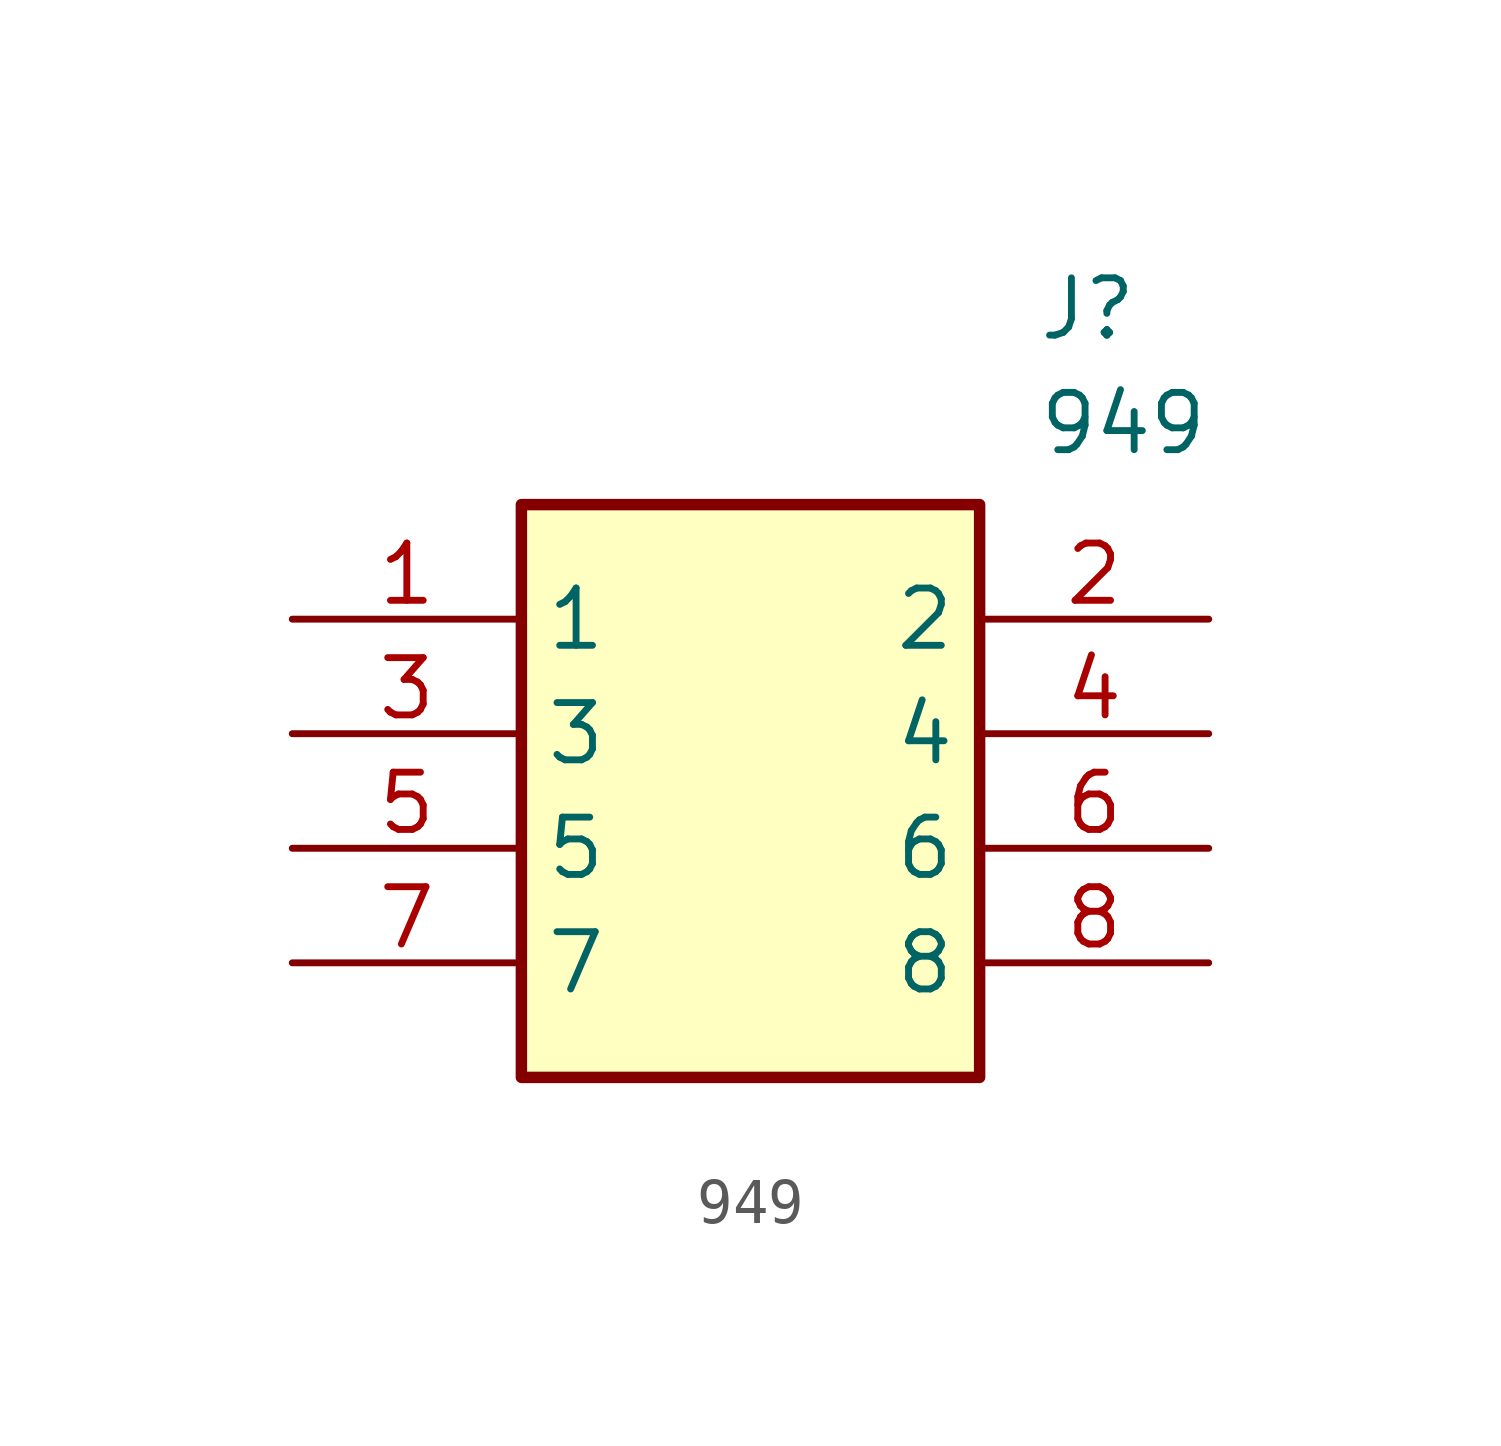
<source format=kicad_sym>
(kicad_symbol_lib
  (version 20211014)
  (generator SamacSys_ECAD_Model)
  (symbol "949"
    (property "Reference" "J"
      (at 16.51 7.62 0)
      (effects (font (size 1.27 1.27)) (justify left top)))
    (property "Value" "949"
      (at 16.51 5.08 0)
      (effects (font (size 1.27 1.27)) (justify left top)))
    (rectangle
      (start 5.08 2.54)
      (end 15.24 -10.16)
      (stroke (width 0.254) (type default))
      (fill (type background)))
    (pin passive line
      (at 0 0 0)
      (length 5.08)
      (name "1" (effects (font (size 1.27 1.27))))
      (number "1" (effects (font (size 1.27 1.27)))))
    (pin passive line
      (at 20.32 0 180)
      (length 5.08)
      (name "2" (effects (font (size 1.27 1.27))))
      (number "2" (effects (font (size 1.27 1.27)))))
    (pin passive line
      (at 0 -2.54 0)
      (length 5.08)
      (name "3" (effects (font (size 1.27 1.27))))
      (number "3" (effects (font (size 1.27 1.27)))))
    (pin passive line
      (at 20.32 -2.54 180)
      (length 5.08)
      (name "4" (effects (font (size 1.27 1.27))))
      (number "4" (effects (font (size 1.27 1.27)))))
    (pin passive line
      (at 0 -5.08 0)
      (length 5.08)
      (name "5" (effects (font (size 1.27 1.27))))
      (number "5" (effects (font (size 1.27 1.27)))))
    (pin passive line
      (at 20.32 -5.08 180)
      (length 5.08)
      (name "6" (effects (font (size 1.27 1.27))))
      (number "6" (effects (font (size 1.27 1.27)))))
    (pin passive line
      (at 0 -7.62 0)
      (length 5.08)
      (name "7" (effects (font (size 1.27 1.27))))
      (number "7" (effects (font (size 1.27 1.27)))))
    (pin passive line
      (at 20.32 -7.62 180)
      (length 5.08)
      (name "8" (effects (font (size 1.27 1.27))))
      (number "8" (effects (font (size 1.27 1.27)))))))
</source>
